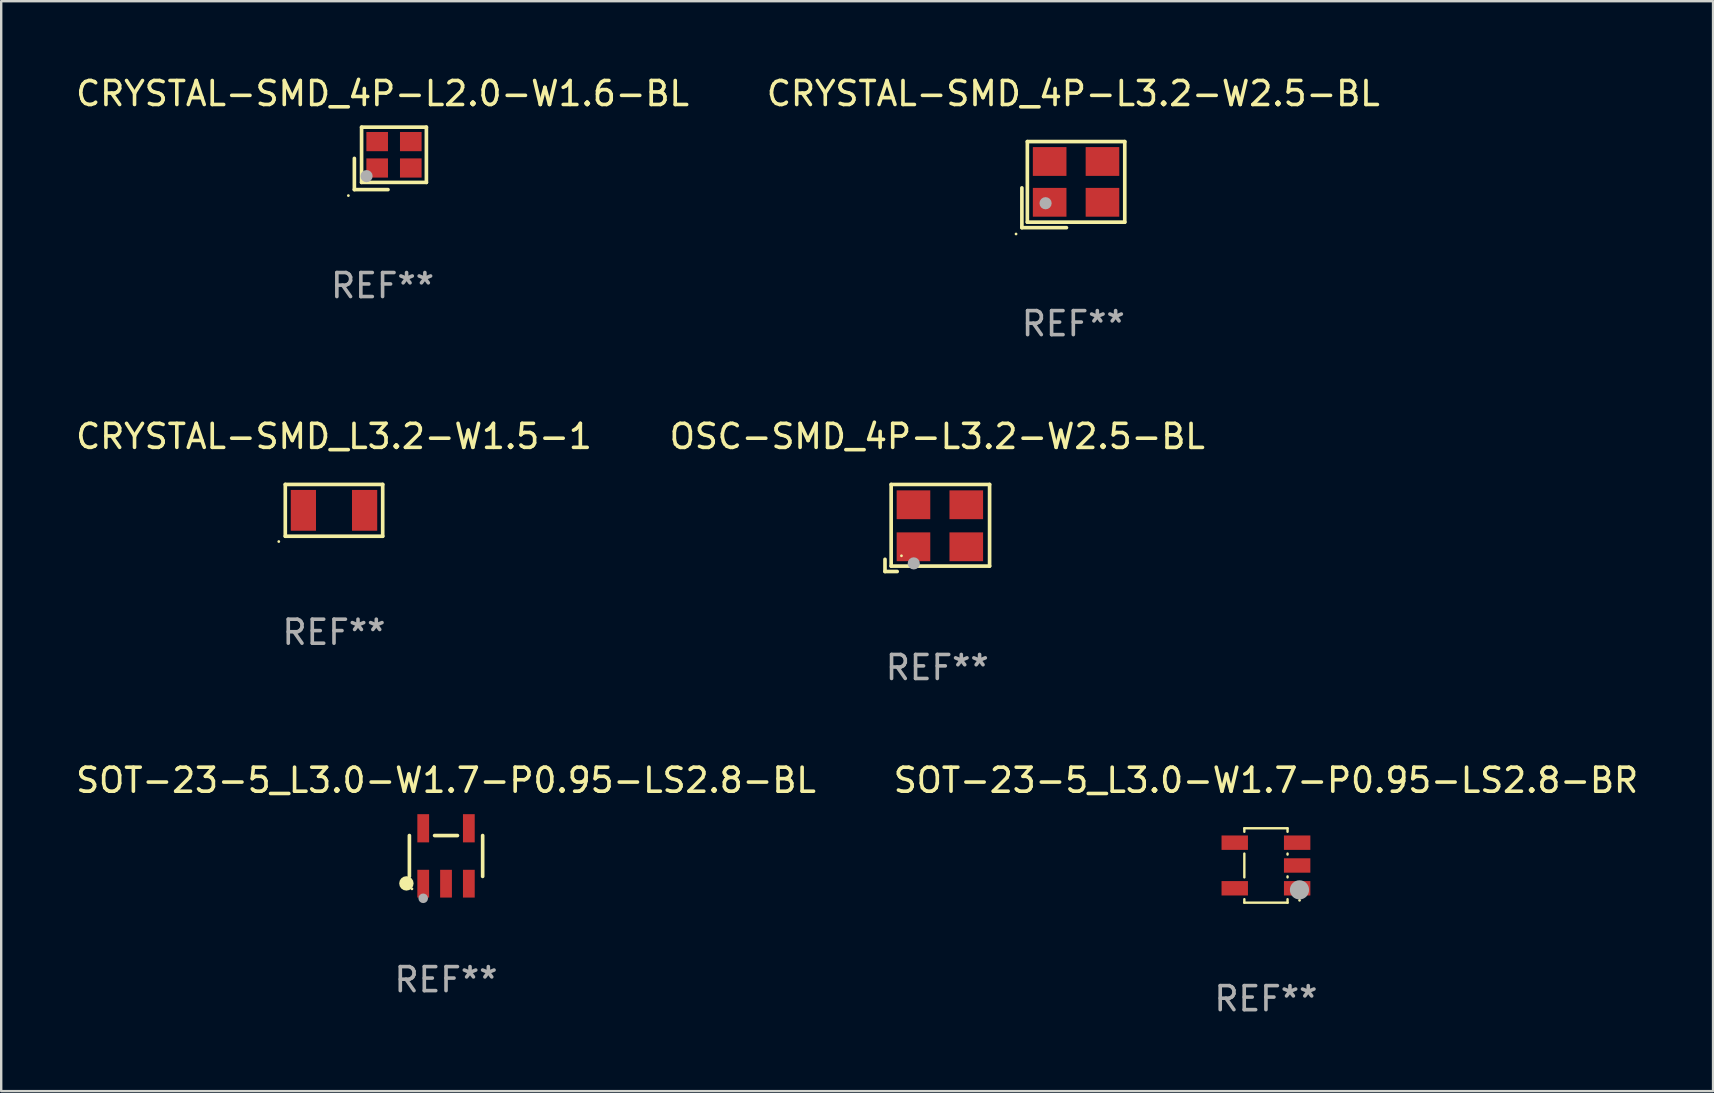
<source format=kicad_pcb>
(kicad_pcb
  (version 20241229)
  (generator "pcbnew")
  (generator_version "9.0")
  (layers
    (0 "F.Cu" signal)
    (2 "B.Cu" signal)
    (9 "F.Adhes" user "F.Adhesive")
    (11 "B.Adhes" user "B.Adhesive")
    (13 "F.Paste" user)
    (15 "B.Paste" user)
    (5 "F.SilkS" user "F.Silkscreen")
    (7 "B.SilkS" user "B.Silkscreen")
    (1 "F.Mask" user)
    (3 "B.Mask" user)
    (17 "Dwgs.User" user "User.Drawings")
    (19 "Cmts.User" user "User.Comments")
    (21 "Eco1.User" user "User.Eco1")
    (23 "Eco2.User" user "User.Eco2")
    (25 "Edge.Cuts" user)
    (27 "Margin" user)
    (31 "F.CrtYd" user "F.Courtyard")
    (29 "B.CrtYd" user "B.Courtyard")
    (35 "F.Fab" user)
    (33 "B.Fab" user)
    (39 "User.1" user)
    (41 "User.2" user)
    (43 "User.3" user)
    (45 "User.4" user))
  (footprint "SOT-23-5_L3.0-W1.7-P0.95-LS2.8-BR"
    (layer "F.Cu")
    (at 49.685 33.003)
    (property "Reference" "SOT-23-5_L3.0-W1.7-P0.95-LS2.8-BR" (at 0 -3.55 0) (layer "F.SilkS") (effects (font (size 1 1) (thickness 0.15))))
    (attr smd)
    (fp_line (start -0.9 -1.55) (end -0.9 -1.404) (stroke (width 0.1) (type solid)) (layer "F.SilkS"))
    (fp_line (start -0.9 -1.55) (end 0.9 -1.55) (stroke (width 0.1) (type solid)) (layer "F.SilkS"))
    (fp_line (start -0.9 -0.496) (end -0.9 0.496) (stroke (width 0.1) (type solid)) (layer "F.SilkS"))
    (fp_line (start -0.9 1.404) (end -0.9 1.55) (stroke (width 0.1) (type solid)) (layer "F.SilkS"))
    (fp_line (start -0.9 1.55) (end 0.9 1.55) (stroke (width 0.1) (type solid)) (layer "F.SilkS"))
    (fp_line (start 0.9 -1.55) (end 0.9 -1.404) (stroke (width 0.1) (type solid)) (layer "F.SilkS"))
    (fp_line (start 0.9 -0.496) (end 0.9 -0.454) (stroke (width 0.1) (type solid)) (layer "F.SilkS"))
    (fp_line (start 0.9 0.454) (end 0.9 0.496) (stroke (width 0.1) (type solid)) (layer "F.SilkS"))
    (fp_line (start 0.9 1.404) (end 0.9 1.55) (stroke (width 0.1) (type solid)) (layer "F.SilkS"))
    (fp_circle (center 1.4 1.45) (end 1.43 1.45) (stroke (width 0.06) (type solid)) (fill no) (layer "F.SilkS"))
    (fp_circle (center 1.397 1.016) (end 1.597 1.016) (stroke (width 0.4) (type solid)) (fill no) (layer "F.Fab"))
    (fp_text user "REF**" (at 0 5.55 0) (layer "F.Fab") (effects (font (size 1 1) (thickness 0.15))))
    (pad "1" smd rect (at 1.3 0.95) (size 1.1 0.6) (layers "F.Cu" "F.Mask" "F.Paste"))
    (pad "2" smd rect (at 1.3 0) (size 1.1 0.6) (layers "F.Cu" "F.Mask" "F.Paste"))
    (pad "3" smd rect (at 1.3 -0.95) (size 1.1 0.6) (layers "F.Cu" "F.Mask" "F.Paste"))
    (pad "4" smd rect (at -1.3 -0.95) (size 1.1 0.6) (layers "F.Cu" "F.Mask" "F.Paste"))
    (pad "5" smd rect (at -1.3 0.95) (size 1.1 0.6) (layers "F.Cu" "F.Mask" "F.Paste")))
  (footprint "CRYSTAL-SMD_L3.2-W1.5-1"
    (layer "F.Cu")
    (at 10.863 18.209)
    (property "Reference" "CRYSTAL-SMD_L3.2-W1.5-1" (at 0 -3.079 0) (layer "F.SilkS") (effects (font (size 1 1) (thickness 0.15))))
    (attr smd)
    (fp_line (start -2.029 -1.079) (end 2.029 -1.079) (stroke (width 0.152) (type solid)) (layer "F.SilkS"))
    (fp_line (start -2.029 1.079) (end -2.029 -1.079) (stroke (width 0.152) (type solid)) (layer "F.SilkS"))
    (fp_line (start 2.029 -1.079) (end 2.029 1.079) (stroke (width 0.152) (type solid)) (layer "F.SilkS"))
    (fp_line (start 2.029 1.079) (end -2.029 1.079) (stroke (width 0.152) (type solid)) (layer "F.SilkS"))
    (fp_circle (center -2.3 1.3) (end -2.27 1.3) (stroke (width 0.06) (type solid)) (fill no) (layer "F.SilkS"))
    (fp_text user "REF**" (at 0 5.079 0) (layer "F.Fab") (effects (font (size 1 1) (thickness 0.15))))
    (pad "1" smd rect (at -1.275 0.000127) (size 1.05 1.7) (layers "F.Cu" "F.Mask" "F.Paste"))
    (pad "2" smd rect (at 1.275 0.000127) (size 1.05 1.7) (layers "F.Cu" "F.Mask" "F.Paste")))
  (footprint "CRYSTAL-SMD_4P-L2.0-W1.6-BL"
    (layer "F.Cu")
    (at 13.362 3.398)
    (property "Reference" "CRYSTAL-SMD_4P-L2.0-W1.6-BL" (at -0.475 -2.55 0) (layer "F.SilkS") (effects (font (size 1 1) (thickness 0.15))))
    (attr smd)
    (fp_line (start -1.65 0.15) (end -1.65 1.45) (stroke (width 0.152) (type solid)) (layer "F.SilkS"))
    (fp_line (start -1.65 1.45) (end -0.25 1.45) (stroke (width 0.152) (type solid)) (layer "F.SilkS"))
    (fp_line (start -1.35 -1.15) (end -1.35 1.15) (stroke (width 0.152) (type solid)) (layer "F.SilkS"))
    (fp_line (start -1.35 1.15) (end 1.35 1.15) (stroke (width 0.152) (type solid)) (layer "F.SilkS"))
    (fp_line (start 1.35 -1.15) (end -1.35 -1.15) (stroke (width 0.152) (type solid)) (layer "F.SilkS"))
    (fp_line (start 1.35 1.15) (end 1.35 -1.15) (stroke (width 0.152) (type solid)) (layer "F.SilkS"))
    (fp_circle (center -1.9 1.7) (end -1.87 1.7) (stroke (width 0.06) (type solid)) (fill no) (layer "F.SilkS"))
    (fp_circle (center -1.143 0.889) (end -1.016 0.889) (stroke (width 0.254) (type solid)) (fill no) (layer "F.Fab"))
    (fp_text user "REF**" (at -0.475 5.45 0) (layer "F.Fab") (effects (font (size 1 1) (thickness 0.15))))
    (pad "1" smd rect (at -0.7 0.55) (size 0.9 0.8) (layers "F.Cu" "F.Mask" "F.Paste"))
    (pad "2" smd rect (at 0.7 0.55) (size 0.9 0.8) (layers "F.Cu" "F.Mask" "F.Paste"))
    (pad "3" smd rect (at 0.7 -0.55) (size 0.9 0.8) (layers "F.Cu" "F.Mask" "F.Paste"))
    (pad "4" smd rect (at -0.7 -0.55) (size 0.9 0.8) (layers "F.Cu" "F.Mask" "F.Paste")))
  (footprint "OSC-SMD_4P-L3.2-W2.5-BL"
    (layer "F.Cu")
    (at 36.102 18.852)
    (property "Reference" "OSC-SMD_4P-L3.2-W2.5-BL" (at -0.108 -3.721 0) (layer "F.SilkS") (effects (font (size 1 1) (thickness 0.15))))
    (attr smd)
    (fp_line (start -2.286 1.397) (end -2.286 1.905) (stroke (width 0.152) (type solid)) (layer "F.SilkS"))
    (fp_line (start -2.286 1.905) (end -1.778 1.905) (stroke (width 0.152) (type solid)) (layer "F.SilkS"))
    (fp_line (start -2.029 -1.721) (end -2.029 1.679) (stroke (width 0.152) (type solid)) (layer "F.SilkS"))
    (fp_line (start -2.029 1.679) (end 2.071 1.679) (stroke (width 0.152) (type solid)) (layer "F.SilkS"))
    (fp_line (start 2.071 -1.721) (end -2.029 -1.721) (stroke (width 0.152) (type solid)) (layer "F.SilkS"))
    (fp_line (start 2.071 1.679) (end 2.071 -1.721) (stroke (width 0.152) (type solid)) (layer "F.SilkS"))
    (fp_circle (center -1.6 1.25) (end -1.57 1.25) (stroke (width 0.06) (type solid)) (fill no) (layer "F.SilkS"))
    (fp_circle (center -1.088 1.567) (end -0.961 1.567) (stroke (width 0.254) (type solid)) (fill no) (layer "F.Fab"))
    (fp_text user "REF**" (at -0.108 5.905 0) (layer "F.Fab") (effects (font (size 1 1) (thickness 0.15))))
    (pad "1" smd rect (at -1.1 0.875) (size 1.4 1.2) (layers "F.Cu" "F.Mask" "F.Paste"))
    (pad "2" smd rect (at 1.1 0.875) (size 1.4 1.2) (layers "F.Cu" "F.Mask" "F.Paste"))
    (pad "3" smd rect (at 1.1 -0.875) (size 1.4 1.2) (layers "F.Cu" "F.Mask" "F.Paste"))
    (pad "4" smd rect (at -1.1 -0.875) (size 1.4 1.2) (layers "F.Cu" "F.Mask" "F.Paste")))
  (footprint "SOT-23-5_L3.0-W1.7-P0.95-LS2.8-BL"
    (layer "F.Cu")
    (at 15.53 32.607)
    (property "Reference" "SOT-23-5_L3.0-W1.7-P0.95-LS2.8-BL" (at 0 -3.154 0) (layer "F.SilkS") (effects (font (size 1 1) (thickness 0.15))))
    (attr smd)
    (fp_line (start -1.526 0.851) (end -1.526 -0.851) (stroke (width 0.152) (type solid)) (layer "F.SilkS"))
    (fp_line (start 0.476 -0.851) (end -0.476 -0.851) (stroke (width 0.152) (type solid)) (layer "F.SilkS"))
    (fp_line (start 1.526 0.851) (end 1.526 -0.851) (stroke (width 0.152) (type solid)) (layer "F.SilkS"))
    (fp_circle (center -1.651 1.143) (end -1.501 1.143) (stroke (width 0.3) (type solid)) (fill no) (layer "F.SilkS"))
    (fp_circle (center -1.42 1.37) (end -1.39 1.37) (stroke (width 0.06) (type solid)) (fill no) (layer "F.SilkS"))
    (fp_circle (center -0.95 1.763) (end -0.85 1.763) (stroke (width 0.2) (type solid)) (fill no) (layer "F.Fab"))
    (fp_text user "REF**" (at 0 5.154 0) (layer "F.Fab") (effects (font (size 1 1) (thickness 0.15))))
    (pad "1" smd rect (at -0.95 1.154) (size 0.49 1.157) (layers "F.Cu" "F.Mask" "F.Paste"))
    (pad "2" smd rect (at 0 1.154) (size 0.49 1.157) (layers "F.Cu" "F.Mask" "F.Paste"))
    (pad "3" smd rect (at 0.95 1.154) (size 0.49 1.157) (layers "F.Cu" "F.Mask" "F.Paste"))
    (pad "4" smd rect (at 0.95 -1.154) (size 0.49 1.175) (layers "F.Cu" "F.Mask" "F.Paste"))
    (pad "5" smd rect (at -0.95 -1.154) (size 0.49 1.175) (layers "F.Cu" "F.Mask" "F.Paste")))
  (footprint "CRYSTAL-SMD_4P-L3.2-W2.5-BL"
    (layer "F.Cu")
    (at 41.775 4.527)
    (property "Reference" "CRYSTAL-SMD_4P-L3.2-W2.5-BL" (at -0.114 -3.679 0) (layer "F.SilkS") (effects (font (size 1 1) (thickness 0.15))))
    (attr smd)
    (fp_line (start -2.257 0.25) (end -2.257 1.907) (stroke (width 0.152) (type solid)) (layer "F.SilkS"))
    (fp_line (start -2.257 1.907) (end -0.4 1.907) (stroke (width 0.152) (type solid)) (layer "F.SilkS"))
    (fp_line (start -2.029 -1.679) (end 2.029 -1.679) (stroke (width 0.152) (type solid)) (layer "F.SilkS"))
    (fp_line (start -2.029 1.678) (end -2.029 -1.679) (stroke (width 0.152) (type solid)) (layer "F.SilkS"))
    (fp_line (start 2.029 -1.679) (end 2.029 1.678) (stroke (width 0.152) (type solid)) (layer "F.SilkS"))
    (fp_line (start 2.029 1.678) (end -2.029 1.678) (stroke (width 0.152) (type solid)) (layer "F.SilkS"))
    (fp_circle (center -2.5 2.17) (end -2.47 2.17) (stroke (width 0.06) (type solid)) (fill no) (layer "F.SilkS"))
    (fp_circle (center -1.27 0.889) (end -1.143 0.889) (stroke (width 0.254) (type solid)) (fill no) (layer "F.Fab"))
    (fp_text user "REF**" (at -0.114 5.907 0) (layer "F.Fab") (effects (font (size 1 1) (thickness 0.15))))
    (pad "1" smd rect (at -1.1 0.85) (size 1.4 1.2) (layers "F.Cu" "F.Mask" "F.Paste"))
    (pad "2" smd rect (at 1.1 0.85) (size 1.4 1.2) (layers "F.Cu" "F.Mask" "F.Paste"))
    (pad "3" smd rect (at 1.1 -0.85) (size 1.4 1.2) (layers "F.Cu" "F.Mask" "F.Paste"))
    (pad "4" smd rect (at -1.1 -0.85) (size 1.4 1.2) (layers "F.Cu" "F.Mask" "F.Paste")))
  (gr_rect
    (start -3 -3)
    (end 68.31 42.402)
    (stroke (width 0.1) (type default))
    (fill no)
    (layer "Edge.Cuts")))
</source>
